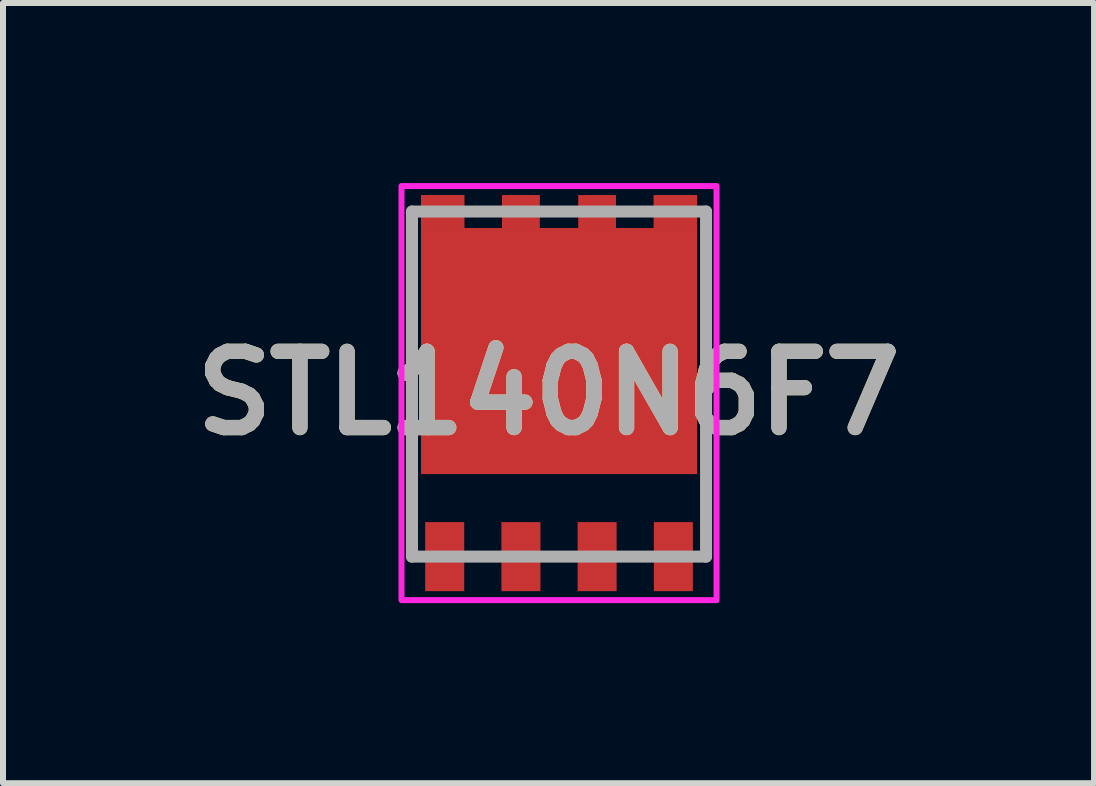
<source format=kicad_pcb>
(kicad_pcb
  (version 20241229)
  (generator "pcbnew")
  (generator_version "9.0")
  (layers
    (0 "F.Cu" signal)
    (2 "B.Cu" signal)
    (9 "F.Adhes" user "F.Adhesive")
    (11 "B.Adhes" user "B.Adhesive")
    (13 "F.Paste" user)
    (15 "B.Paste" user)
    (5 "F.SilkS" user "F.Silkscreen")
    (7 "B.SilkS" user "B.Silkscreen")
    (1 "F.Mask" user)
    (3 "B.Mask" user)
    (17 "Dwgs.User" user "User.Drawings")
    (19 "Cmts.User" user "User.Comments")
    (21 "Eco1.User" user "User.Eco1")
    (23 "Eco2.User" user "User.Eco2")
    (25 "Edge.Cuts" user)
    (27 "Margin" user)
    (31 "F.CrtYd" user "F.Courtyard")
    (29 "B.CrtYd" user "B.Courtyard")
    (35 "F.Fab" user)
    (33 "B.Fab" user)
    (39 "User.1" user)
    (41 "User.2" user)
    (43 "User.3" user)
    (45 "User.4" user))
  (footprint "STL140N6F7"
    (layer "F.Cu")
    (at 6.265 3.35)
    (property "Reference" "STL140N6F7" (at -0.175 0.15 0) (layer "F.SilkS") (effects (font (size 1.27 1.27) (thickness 0.254))))
    (attr smd)
    (fp_line (start -2.45 1.8) (end -2.45 2.85) (stroke (width 0.1) (type solid)) (layer "F.SilkS"))
    (fp_line (start -0.1 -2.875) (end 0.1 -2.875) (stroke (width 0.1) (type solid)) (layer "F.SilkS"))
    (fp_line (start -0.1 2.875) (end 0.1 2.875) (stroke (width 0.1) (type solid)) (layer "F.SilkS"))
    (fp_line (start 2.45 1.8) (end 2.45 2) (stroke (width 0.1) (type solid)) (layer "F.SilkS"))
    (fp_rect (start -2.625 -3.3) (end 2.625 3.6) (stroke (width 0.1) (type solid)) (fill no) (layer "F.CrtYd"))
    (fp_line (start -2.45 -2.875) (end 2.45 -2.875) (stroke (width 0.2) (type solid)) (layer "F.Fab"))
    (fp_line (start -2.45 2.875) (end -2.45 -2.875) (stroke (width 0.2) (type solid)) (layer "F.Fab"))
    (fp_line (start 2.45 -2.875) (end 2.45 2.875) (stroke (width 0.2) (type solid)) (layer "F.Fab"))
    (fp_line (start 2.45 2.875) (end -2.45 2.875) (stroke (width 0.2) (type solid)) (layer "F.Fab"))
    (fp_text user "${REFERENCE}" (at -0.175 0.15 0) (layer "F.Fab") (effects (font (size 1.27 1.27) (thickness 0.254))))
    (pad "1" smd rect (at -1.905 2.875) (size 0.65 1.15) (layers "F.Cu" "F.Mask" "F.Paste"))
    (pad "2" smd rect (at -0.635 2.875) (size 0.65 1.15) (layers "F.Cu" "F.Mask" "F.Paste"))
    (pad "3" smd rect (at 0.635 2.875) (size 0.65 1.15) (layers "F.Cu" "F.Mask" "F.Paste"))
    (pad "4" smd rect (at 1.905 2.875) (size 0.65 1.15) (layers "F.Cu" "F.Mask" "F.Paste"))
    (pad "5" smd rect (at 1.938 -2.875 90) (size 0.55 0.725) (layers "F.Cu" "F.Mask" "F.Paste"))
    (pad "6" smd rect (at 0.635 -2.875 90) (size 0.55 0.63) (layers "F.Cu" "F.Mask" "F.Paste"))
    (pad "7" smd rect (at -0.635 -2.875 90) (size 0.55 0.63) (layers "F.Cu" "F.Mask" "F.Paste"))
    (pad "8" smd rect (at -1.938 -2.875 90) (size 0.55 0.725) (layers "F.Cu" "F.Mask" "F.Paste"))
    (pad "9" smd rect (at 0 -0.55 90) (size 4.1 4.6) (layers "F.Cu" "F.Mask" "F.Paste")))
  (gr_rect
    (start -3 -3)
    (end 15.18 10)
    (stroke (width 0.1) (type default))
    (fill no)
    (layer "Edge.Cuts")))
</source>
